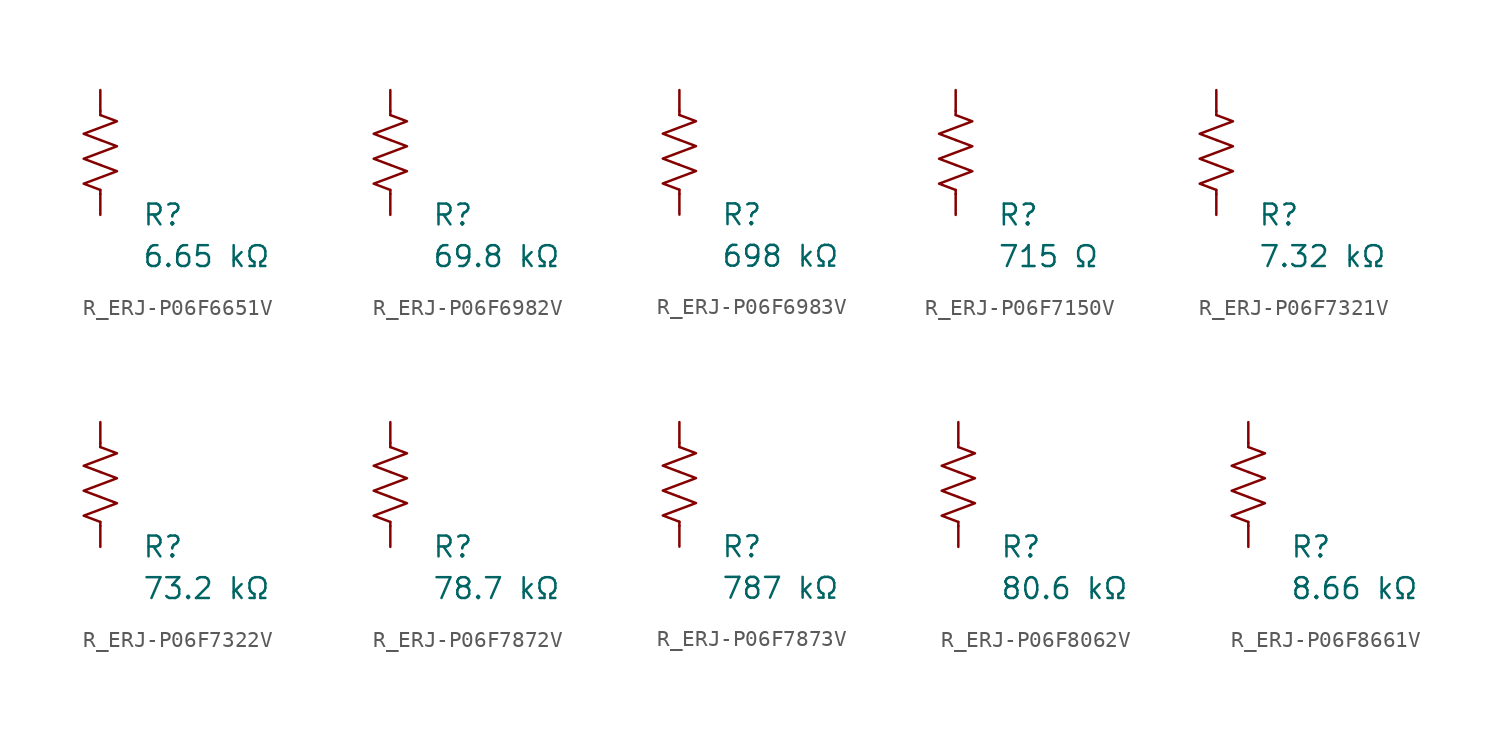
<source format=kicad_sym>
(kicad_symbol_lib
  (version 20231120)
  (generator "kicad_symbol_editor")
  (generator_version "8.0")
  (symbol "R_ERJ-P06F6651V"
    (pin_numbers hide)
    (pin_names
      (offset 0))
    (property "Reference" "R"
      (at 2.54 -3.81 0)
      (effects (font (size 1.27 1.27)) (justify left))
      (show_name no))
    (property "Value" "6.65 kΩ"
      (at 2.54 -6.35 0)
      (effects (font (size 1.27 1.27)) (justify left))
      (show_name no))
    (symbol "R_ERJ-P06F6651V_0_1"
      (polyline (pts (xy 0 -2.286) (xy 0 -2.54)) (stroke (width 0) (type default)) (fill (type none)))
      (polyline (pts (xy 0 2.286) (xy 0 2.54)) (stroke (width 0) (type default)) (fill (type none)))
      (polyline (pts (xy 0 -0.762) (xy 1.016 -1.143) (xy 0 -1.524) (xy -1.016 -1.905) (xy 0 -2.286)) (stroke (width 0) (type default)) (fill (type none)))
      (polyline (pts (xy 0 0.762) (xy 1.016 0.381) (xy 0 0) (xy -1.016 -0.381) (xy 0 -0.762)) (stroke (width 0) (type default)) (fill (type none)))
      (polyline (pts (xy 0 2.286) (xy 1.016 1.905) (xy 0 1.524) (xy -1.016 1.143) (xy 0 0.762)) (stroke (width 0) (type default)) (fill (type none))))
    (symbol "R_ERJ-P06F6651V_1_1"
      (pin passive line (at 0 3.81 270) (length 1.27) (name "~" (effects (font (size 1.27 1.27)))) (number "1" (effects (font (size 1.27 1.27)))))
      (pin passive line (at 0 -3.81 90) (length 1.27) (name "~" (effects (font (size 1.27 1.27)))) (number "2" (effects (font (size 1.27 1.27)))))))
  (symbol "R_ERJ-P06F6982V"
    (pin_numbers hide)
    (pin_names
      (offset 0))
    (property "Reference" "R"
      (at 2.54 -3.81 0)
      (effects (font (size 1.27 1.27)) (justify left))
      (show_name no))
    (property "Value" "69.8 kΩ"
      (at 2.54 -6.35 0)
      (effects (font (size 1.27 1.27)) (justify left))
      (show_name no))
    (symbol "R_ERJ-P06F6982V_0_1"
      (polyline (pts (xy 0 -2.286) (xy 0 -2.54)) (stroke (width 0) (type default)) (fill (type none)))
      (polyline (pts (xy 0 2.286) (xy 0 2.54)) (stroke (width 0) (type default)) (fill (type none)))
      (polyline (pts (xy 0 -0.762) (xy 1.016 -1.143) (xy 0 -1.524) (xy -1.016 -1.905) (xy 0 -2.286)) (stroke (width 0) (type default)) (fill (type none)))
      (polyline (pts (xy 0 0.762) (xy 1.016 0.381) (xy 0 0) (xy -1.016 -0.381) (xy 0 -0.762)) (stroke (width 0) (type default)) (fill (type none)))
      (polyline (pts (xy 0 2.286) (xy 1.016 1.905) (xy 0 1.524) (xy -1.016 1.143) (xy 0 0.762)) (stroke (width 0) (type default)) (fill (type none))))
    (symbol "R_ERJ-P06F6982V_1_1"
      (pin passive line (at 0 3.81 270) (length 1.27) (name "~" (effects (font (size 1.27 1.27)))) (number "1" (effects (font (size 1.27 1.27)))))
      (pin passive line (at 0 -3.81 90) (length 1.27) (name "~" (effects (font (size 1.27 1.27)))) (number "2" (effects (font (size 1.27 1.27)))))))
  (symbol "R_ERJ-P06F6983V"
    (pin_numbers hide)
    (pin_names
      (offset 0))
    (property "Reference" "R"
      (at 2.54 -3.81 0)
      (effects (font (size 1.27 1.27)) (justify left))
      (show_name no))
    (property "Value" "698 kΩ"
      (at 2.54 -6.35 0)
      (effects (font (size 1.27 1.27)) (justify left))
      (show_name no))
    (symbol "R_ERJ-P06F6983V_0_1"
      (polyline (pts (xy 0 -2.286) (xy 0 -2.54)) (stroke (width 0) (type default)) (fill (type none)))
      (polyline (pts (xy 0 2.286) (xy 0 2.54)) (stroke (width 0) (type default)) (fill (type none)))
      (polyline (pts (xy 0 -0.762) (xy 1.016 -1.143) (xy 0 -1.524) (xy -1.016 -1.905) (xy 0 -2.286)) (stroke (width 0) (type default)) (fill (type none)))
      (polyline (pts (xy 0 0.762) (xy 1.016 0.381) (xy 0 0) (xy -1.016 -0.381) (xy 0 -0.762)) (stroke (width 0) (type default)) (fill (type none)))
      (polyline (pts (xy 0 2.286) (xy 1.016 1.905) (xy 0 1.524) (xy -1.016 1.143) (xy 0 0.762)) (stroke (width 0) (type default)) (fill (type none))))
    (symbol "R_ERJ-P06F6983V_1_1"
      (pin passive line (at 0 3.81 270) (length 1.27) (name "~" (effects (font (size 1.27 1.27)))) (number "1" (effects (font (size 1.27 1.27)))))
      (pin passive line (at 0 -3.81 90) (length 1.27) (name "~" (effects (font (size 1.27 1.27)))) (number "2" (effects (font (size 1.27 1.27)))))))
  (symbol "R_ERJ-P06F7150V"
    (pin_numbers hide)
    (pin_names
      (offset 0))
    (property "Reference" "R"
      (at 2.54 -3.81 0)
      (effects (font (size 1.27 1.27)) (justify left))
      (show_name no))
    (property "Value" "715 Ω"
      (at 2.54 -6.35 0)
      (effects (font (size 1.27 1.27)) (justify left))
      (show_name no))
    (symbol "R_ERJ-P06F7150V_0_1"
      (polyline (pts (xy 0 -2.286) (xy 0 -2.54)) (stroke (width 0) (type default)) (fill (type none)))
      (polyline (pts (xy 0 2.286) (xy 0 2.54)) (stroke (width 0) (type default)) (fill (type none)))
      (polyline (pts (xy 0 -0.762) (xy 1.016 -1.143) (xy 0 -1.524) (xy -1.016 -1.905) (xy 0 -2.286)) (stroke (width 0) (type default)) (fill (type none)))
      (polyline (pts (xy 0 0.762) (xy 1.016 0.381) (xy 0 0) (xy -1.016 -0.381) (xy 0 -0.762)) (stroke (width 0) (type default)) (fill (type none)))
      (polyline (pts (xy 0 2.286) (xy 1.016 1.905) (xy 0 1.524) (xy -1.016 1.143) (xy 0 0.762)) (stroke (width 0) (type default)) (fill (type none))))
    (symbol "R_ERJ-P06F7150V_1_1"
      (pin passive line (at 0 3.81 270) (length 1.27) (name "~" (effects (font (size 1.27 1.27)))) (number "1" (effects (font (size 1.27 1.27)))))
      (pin passive line (at 0 -3.81 90) (length 1.27) (name "~" (effects (font (size 1.27 1.27)))) (number "2" (effects (font (size 1.27 1.27)))))))
  (symbol "R_ERJ-P06F7321V"
    (pin_numbers hide)
    (pin_names
      (offset 0))
    (property "Reference" "R"
      (at 2.54 -3.81 0)
      (effects (font (size 1.27 1.27)) (justify left))
      (show_name no))
    (property "Value" "7.32 kΩ"
      (at 2.54 -6.35 0)
      (effects (font (size 1.27 1.27)) (justify left))
      (show_name no))
    (symbol "R_ERJ-P06F7321V_0_1"
      (polyline (pts (xy 0 -2.286) (xy 0 -2.54)) (stroke (width 0) (type default)) (fill (type none)))
      (polyline (pts (xy 0 2.286) (xy 0 2.54)) (stroke (width 0) (type default)) (fill (type none)))
      (polyline (pts (xy 0 -0.762) (xy 1.016 -1.143) (xy 0 -1.524) (xy -1.016 -1.905) (xy 0 -2.286)) (stroke (width 0) (type default)) (fill (type none)))
      (polyline (pts (xy 0 0.762) (xy 1.016 0.381) (xy 0 0) (xy -1.016 -0.381) (xy 0 -0.762)) (stroke (width 0) (type default)) (fill (type none)))
      (polyline (pts (xy 0 2.286) (xy 1.016 1.905) (xy 0 1.524) (xy -1.016 1.143) (xy 0 0.762)) (stroke (width 0) (type default)) (fill (type none))))
    (symbol "R_ERJ-P06F7321V_1_1"
      (pin passive line (at 0 3.81 270) (length 1.27) (name "~" (effects (font (size 1.27 1.27)))) (number "1" (effects (font (size 1.27 1.27)))))
      (pin passive line (at 0 -3.81 90) (length 1.27) (name "~" (effects (font (size 1.27 1.27)))) (number "2" (effects (font (size 1.27 1.27)))))))
  (symbol "R_ERJ-P06F7322V"
    (pin_numbers hide)
    (pin_names
      (offset 0))
    (property "Reference" "R"
      (at 2.54 -3.81 0)
      (effects (font (size 1.27 1.27)) (justify left))
      (show_name no))
    (property "Value" "73.2 kΩ"
      (at 2.54 -6.35 0)
      (effects (font (size 1.27 1.27)) (justify left))
      (show_name no))
    (symbol "R_ERJ-P06F7322V_0_1"
      (polyline (pts (xy 0 -2.286) (xy 0 -2.54)) (stroke (width 0) (type default)) (fill (type none)))
      (polyline (pts (xy 0 2.286) (xy 0 2.54)) (stroke (width 0) (type default)) (fill (type none)))
      (polyline (pts (xy 0 -0.762) (xy 1.016 -1.143) (xy 0 -1.524) (xy -1.016 -1.905) (xy 0 -2.286)) (stroke (width 0) (type default)) (fill (type none)))
      (polyline (pts (xy 0 0.762) (xy 1.016 0.381) (xy 0 0) (xy -1.016 -0.381) (xy 0 -0.762)) (stroke (width 0) (type default)) (fill (type none)))
      (polyline (pts (xy 0 2.286) (xy 1.016 1.905) (xy 0 1.524) (xy -1.016 1.143) (xy 0 0.762)) (stroke (width 0) (type default)) (fill (type none))))
    (symbol "R_ERJ-P06F7322V_1_1"
      (pin passive line (at 0 3.81 270) (length 1.27) (name "~" (effects (font (size 1.27 1.27)))) (number "1" (effects (font (size 1.27 1.27)))))
      (pin passive line (at 0 -3.81 90) (length 1.27) (name "~" (effects (font (size 1.27 1.27)))) (number "2" (effects (font (size 1.27 1.27)))))))
  (symbol "R_ERJ-P06F7872V"
    (pin_numbers hide)
    (pin_names
      (offset 0))
    (property "Reference" "R"
      (at 2.54 -3.81 0)
      (effects (font (size 1.27 1.27)) (justify left))
      (show_name no))
    (property "Value" "78.7 kΩ"
      (at 2.54 -6.35 0)
      (effects (font (size 1.27 1.27)) (justify left))
      (show_name no))
    (symbol "R_ERJ-P06F7872V_0_1"
      (polyline (pts (xy 0 -2.286) (xy 0 -2.54)) (stroke (width 0) (type default)) (fill (type none)))
      (polyline (pts (xy 0 2.286) (xy 0 2.54)) (stroke (width 0) (type default)) (fill (type none)))
      (polyline (pts (xy 0 -0.762) (xy 1.016 -1.143) (xy 0 -1.524) (xy -1.016 -1.905) (xy 0 -2.286)) (stroke (width 0) (type default)) (fill (type none)))
      (polyline (pts (xy 0 0.762) (xy 1.016 0.381) (xy 0 0) (xy -1.016 -0.381) (xy 0 -0.762)) (stroke (width 0) (type default)) (fill (type none)))
      (polyline (pts (xy 0 2.286) (xy 1.016 1.905) (xy 0 1.524) (xy -1.016 1.143) (xy 0 0.762)) (stroke (width 0) (type default)) (fill (type none))))
    (symbol "R_ERJ-P06F7872V_1_1"
      (pin passive line (at 0 3.81 270) (length 1.27) (name "~" (effects (font (size 1.27 1.27)))) (number "1" (effects (font (size 1.27 1.27)))))
      (pin passive line (at 0 -3.81 90) (length 1.27) (name "~" (effects (font (size 1.27 1.27)))) (number "2" (effects (font (size 1.27 1.27)))))))
  (symbol "R_ERJ-P06F7873V"
    (pin_numbers hide)
    (pin_names
      (offset 0))
    (property "Reference" "R"
      (at 2.54 -3.81 0)
      (effects (font (size 1.27 1.27)) (justify left))
      (show_name no))
    (property "Value" "787 kΩ"
      (at 2.54 -6.35 0)
      (effects (font (size 1.27 1.27)) (justify left))
      (show_name no))
    (symbol "R_ERJ-P06F7873V_0_1"
      (polyline (pts (xy 0 -2.286) (xy 0 -2.54)) (stroke (width 0) (type default)) (fill (type none)))
      (polyline (pts (xy 0 2.286) (xy 0 2.54)) (stroke (width 0) (type default)) (fill (type none)))
      (polyline (pts (xy 0 -0.762) (xy 1.016 -1.143) (xy 0 -1.524) (xy -1.016 -1.905) (xy 0 -2.286)) (stroke (width 0) (type default)) (fill (type none)))
      (polyline (pts (xy 0 0.762) (xy 1.016 0.381) (xy 0 0) (xy -1.016 -0.381) (xy 0 -0.762)) (stroke (width 0) (type default)) (fill (type none)))
      (polyline (pts (xy 0 2.286) (xy 1.016 1.905) (xy 0 1.524) (xy -1.016 1.143) (xy 0 0.762)) (stroke (width 0) (type default)) (fill (type none))))
    (symbol "R_ERJ-P06F7873V_1_1"
      (pin passive line (at 0 3.81 270) (length 1.27) (name "~" (effects (font (size 1.27 1.27)))) (number "1" (effects (font (size 1.27 1.27)))))
      (pin passive line (at 0 -3.81 90) (length 1.27) (name "~" (effects (font (size 1.27 1.27)))) (number "2" (effects (font (size 1.27 1.27)))))))
  (symbol "R_ERJ-P06F8062V"
    (pin_numbers hide)
    (pin_names
      (offset 0))
    (property "Reference" "R"
      (at 2.54 -3.81 0)
      (effects (font (size 1.27 1.27)) (justify left))
      (show_name no))
    (property "Value" "80.6 kΩ"
      (at 2.54 -6.35 0)
      (effects (font (size 1.27 1.27)) (justify left))
      (show_name no))
    (symbol "R_ERJ-P06F8062V_0_1"
      (polyline (pts (xy 0 -2.286) (xy 0 -2.54)) (stroke (width 0) (type default)) (fill (type none)))
      (polyline (pts (xy 0 2.286) (xy 0 2.54)) (stroke (width 0) (type default)) (fill (type none)))
      (polyline (pts (xy 0 -0.762) (xy 1.016 -1.143) (xy 0 -1.524) (xy -1.016 -1.905) (xy 0 -2.286)) (stroke (width 0) (type default)) (fill (type none)))
      (polyline (pts (xy 0 0.762) (xy 1.016 0.381) (xy 0 0) (xy -1.016 -0.381) (xy 0 -0.762)) (stroke (width 0) (type default)) (fill (type none)))
      (polyline (pts (xy 0 2.286) (xy 1.016 1.905) (xy 0 1.524) (xy -1.016 1.143) (xy 0 0.762)) (stroke (width 0) (type default)) (fill (type none))))
    (symbol "R_ERJ-P06F8062V_1_1"
      (pin passive line (at 0 3.81 270) (length 1.27) (name "~" (effects (font (size 1.27 1.27)))) (number "1" (effects (font (size 1.27 1.27)))))
      (pin passive line (at 0 -3.81 90) (length 1.27) (name "~" (effects (font (size 1.27 1.27)))) (number "2" (effects (font (size 1.27 1.27)))))))
  (symbol "R_ERJ-P06F8661V"
    (pin_numbers hide)
    (pin_names
      (offset 0))
    (property "Reference" "R"
      (at 2.54 -3.81 0)
      (effects (font (size 1.27 1.27)) (justify left))
      (show_name no))
    (property "Value" "8.66 kΩ"
      (at 2.54 -6.35 0)
      (effects (font (size 1.27 1.27)) (justify left))
      (show_name no))
    (symbol "R_ERJ-P06F8661V_0_1"
      (polyline (pts (xy 0 -2.286) (xy 0 -2.54)) (stroke (width 0) (type default)) (fill (type none)))
      (polyline (pts (xy 0 2.286) (xy 0 2.54)) (stroke (width 0) (type default)) (fill (type none)))
      (polyline (pts (xy 0 -0.762) (xy 1.016 -1.143) (xy 0 -1.524) (xy -1.016 -1.905) (xy 0 -2.286)) (stroke (width 0) (type default)) (fill (type none)))
      (polyline (pts (xy 0 0.762) (xy 1.016 0.381) (xy 0 0) (xy -1.016 -0.381) (xy 0 -0.762)) (stroke (width 0) (type default)) (fill (type none)))
      (polyline (pts (xy 0 2.286) (xy 1.016 1.905) (xy 0 1.524) (xy -1.016 1.143) (xy 0 0.762)) (stroke (width 0) (type default)) (fill (type none))))
    (symbol "R_ERJ-P06F8661V_1_1"
      (pin passive line (at 0 3.81 270) (length 1.27) (name "~" (effects (font (size 1.27 1.27)))) (number "1" (effects (font (size 1.27 1.27)))))
      (pin passive line (at 0 -3.81 90) (length 1.27) (name "~" (effects (font (size 1.27 1.27)))) (number "2" (effects (font (size 1.27 1.27))))))))
</source>
